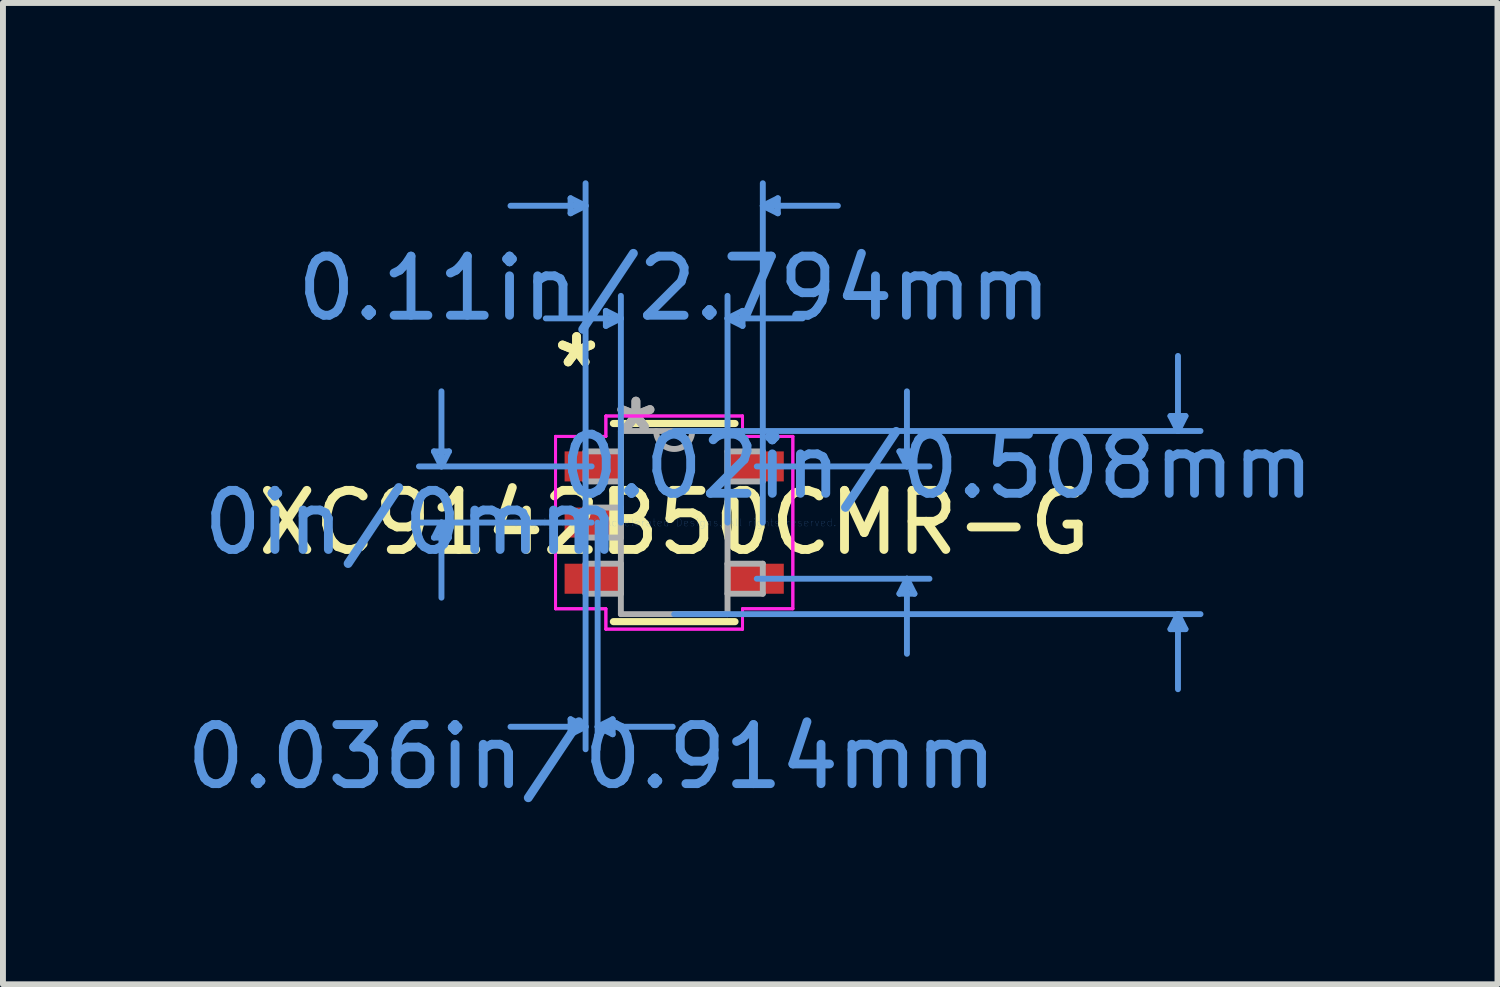
<source format=kicad_pcb>
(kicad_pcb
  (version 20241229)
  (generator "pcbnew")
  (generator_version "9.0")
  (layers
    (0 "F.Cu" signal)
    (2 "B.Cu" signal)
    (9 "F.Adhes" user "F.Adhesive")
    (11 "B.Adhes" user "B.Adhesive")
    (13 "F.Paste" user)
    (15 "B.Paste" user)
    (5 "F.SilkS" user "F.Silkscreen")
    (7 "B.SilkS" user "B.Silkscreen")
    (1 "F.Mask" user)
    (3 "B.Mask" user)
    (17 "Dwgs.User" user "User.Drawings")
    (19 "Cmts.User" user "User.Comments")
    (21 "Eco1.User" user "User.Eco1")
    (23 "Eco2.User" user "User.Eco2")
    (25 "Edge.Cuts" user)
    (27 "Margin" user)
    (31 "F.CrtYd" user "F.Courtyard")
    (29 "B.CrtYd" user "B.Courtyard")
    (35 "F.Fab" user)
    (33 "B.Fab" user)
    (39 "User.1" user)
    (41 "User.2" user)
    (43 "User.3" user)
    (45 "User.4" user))
  (footprint "XC9142B50CMR-G"
    (layer "F.Cu")
    (at 8.355 5.79)
    (property "Reference" "XC9142B50CMR-G" (at 0 0 0) (layer "F.SilkS") (effects (font (size 1 1) (thickness 0.15))))
    (attr through_hole)
    (fp_line (start -1.029 1.676) (end 1.029 1.676) (stroke (width 0.12) (type solid)) (layer "F.SilkS"))
    (fp_line (start 1.029 -1.676) (end -1.029 -1.676) (stroke (width 0.12) (type solid)) (layer "F.SilkS"))
    (fp_line (start 1.029 0.363) (end 1.029 -0.363) (stroke (width 0.12) (type solid)) (layer "F.SilkS"))
    (fp_line (start -4.064 -1.204) (end -3.81 -1.204) (stroke (width 0.1) (type solid)) (layer "Cmts.User"))
    (fp_line (start -4.064 0.254) (end -3.81 0.254) (stroke (width 0.1) (type solid)) (layer "Cmts.User"))
    (fp_line (start -3.937 -0.95) (end -4.064 -1.204) (stroke (width 0.1) (type solid)) (layer "Cmts.User"))
    (fp_line (start -3.937 -0.95) (end -3.937 -2.22) (stroke (width 0.1) (type solid)) (layer "Cmts.User"))
    (fp_line (start -3.937 -0.95) (end -3.81 -1.204) (stroke (width 0.1) (type solid)) (layer "Cmts.User"))
    (fp_line (start -3.937 0) (end -4.064 0.254) (stroke (width 0.1) (type solid)) (layer "Cmts.User"))
    (fp_line (start -3.937 0) (end -3.937 1.27) (stroke (width 0.1) (type solid)) (layer "Cmts.User"))
    (fp_line (start -3.937 0) (end -3.81 0.254) (stroke (width 0.1) (type solid)) (layer "Cmts.User"))
    (fp_line (start -1.753 -5.486) (end -1.753 -5.232) (stroke (width 0.1) (type solid)) (layer "Cmts.User"))
    (fp_line (start -1.753 3.327) (end -1.753 3.581) (stroke (width 0.1) (type solid)) (layer "Cmts.User"))
    (fp_line (start -1.499 -5.359) (end -2.769 -5.359) (stroke (width 0.1) (type solid)) (layer "Cmts.User"))
    (fp_line (start -1.499 -5.359) (end -1.753 -5.486) (stroke (width 0.1) (type solid)) (layer "Cmts.User"))
    (fp_line (start -1.499 -5.359) (end -1.753 -5.232) (stroke (width 0.1) (type solid)) (layer "Cmts.User"))
    (fp_line (start -1.499 0) (end -1.499 -5.74) (stroke (width 0.1) (type solid)) (layer "Cmts.User"))
    (fp_line (start -1.499 0) (end -1.499 3.835) (stroke (width 0.1) (type solid)) (layer "Cmts.User"))
    (fp_line (start -1.499 3.454) (end -2.769 3.454) (stroke (width 0.1) (type solid)) (layer "Cmts.User"))
    (fp_line (start -1.499 3.454) (end -1.753 3.327) (stroke (width 0.1) (type solid)) (layer "Cmts.User"))
    (fp_line (start -1.499 3.454) (end -1.753 3.581) (stroke (width 0.1) (type solid)) (layer "Cmts.User"))
    (fp_line (start -1.397 -0.95) (end -4.318 -0.95) (stroke (width 0.1) (type solid)) (layer "Cmts.User"))
    (fp_line (start -1.397 0) (end -4.318 0) (stroke (width 0.1) (type solid)) (layer "Cmts.User"))
    (fp_line (start -1.295 0) (end -1.295 3.835) (stroke (width 0.1) (type solid)) (layer "Cmts.User"))
    (fp_line (start -1.295 3.454) (end -1.041 3.327) (stroke (width 0.1) (type solid)) (layer "Cmts.User"))
    (fp_line (start -1.295 3.454) (end -1.041 3.581) (stroke (width 0.1) (type solid)) (layer "Cmts.User"))
    (fp_line (start -1.295 3.454) (end -0.025 3.454) (stroke (width 0.1) (type solid)) (layer "Cmts.User"))
    (fp_line (start -1.156 -3.581) (end -1.156 -3.327) (stroke (width 0.1) (type solid)) (layer "Cmts.User"))
    (fp_line (start -1.041 3.327) (end -1.041 3.581) (stroke (width 0.1) (type solid)) (layer "Cmts.User"))
    (fp_line (start -0.902 -3.454) (end -2.172 -3.454) (stroke (width 0.1) (type solid)) (layer "Cmts.User"))
    (fp_line (start -0.902 -3.454) (end -1.156 -3.581) (stroke (width 0.1) (type solid)) (layer "Cmts.User"))
    (fp_line (start -0.902 -3.454) (end -1.156 -3.327) (stroke (width 0.1) (type solid)) (layer "Cmts.User"))
    (fp_line (start -0.902 0) (end -0.902 -3.835) (stroke (width 0.1) (type solid)) (layer "Cmts.User"))
    (fp_line (start 0 -1.549) (end 8.903 -1.549) (stroke (width 0.1) (type solid)) (layer "Cmts.User"))
    (fp_line (start 0 1.549) (end 8.903 1.549) (stroke (width 0.1) (type solid)) (layer "Cmts.User"))
    (fp_line (start 0.902 -3.454) (end 1.156 -3.581) (stroke (width 0.1) (type solid)) (layer "Cmts.User"))
    (fp_line (start 0.902 -3.454) (end 1.156 -3.327) (stroke (width 0.1) (type solid)) (layer "Cmts.User"))
    (fp_line (start 0.902 -3.454) (end 2.172 -3.454) (stroke (width 0.1) (type solid)) (layer "Cmts.User"))
    (fp_line (start 0.902 0) (end 0.902 -3.835) (stroke (width 0.1) (type solid)) (layer "Cmts.User"))
    (fp_line (start 1.156 -3.581) (end 1.156 -3.327) (stroke (width 0.1) (type solid)) (layer "Cmts.User"))
    (fp_line (start 1.397 -0.95) (end 4.318 -0.95) (stroke (width 0.1) (type solid)) (layer "Cmts.User"))
    (fp_line (start 1.397 0.95) (end 4.318 0.95) (stroke (width 0.1) (type solid)) (layer "Cmts.User"))
    (fp_line (start 1.499 -5.359) (end 1.753 -5.486) (stroke (width 0.1) (type solid)) (layer "Cmts.User"))
    (fp_line (start 1.499 -5.359) (end 1.753 -5.232) (stroke (width 0.1) (type solid)) (layer "Cmts.User"))
    (fp_line (start 1.499 -5.359) (end 2.769 -5.359) (stroke (width 0.1) (type solid)) (layer "Cmts.User"))
    (fp_line (start 1.499 0) (end 1.499 -5.74) (stroke (width 0.1) (type solid)) (layer "Cmts.User"))
    (fp_line (start 1.753 -5.486) (end 1.753 -5.232) (stroke (width 0.1) (type solid)) (layer "Cmts.User"))
    (fp_line (start 3.81 -1.204) (end 4.064 -1.204) (stroke (width 0.1) (type solid)) (layer "Cmts.User"))
    (fp_line (start 3.81 1.204) (end 4.064 1.204) (stroke (width 0.1) (type solid)) (layer "Cmts.User"))
    (fp_line (start 3.937 -0.95) (end 3.81 -1.204) (stroke (width 0.1) (type solid)) (layer "Cmts.User"))
    (fp_line (start 3.937 -0.95) (end 3.937 -2.22) (stroke (width 0.1) (type solid)) (layer "Cmts.User"))
    (fp_line (start 3.937 -0.95) (end 4.064 -1.204) (stroke (width 0.1) (type solid)) (layer "Cmts.User"))
    (fp_line (start 3.937 0.95) (end 3.81 1.204) (stroke (width 0.1) (type solid)) (layer "Cmts.User"))
    (fp_line (start 3.937 0.95) (end 3.937 2.22) (stroke (width 0.1) (type solid)) (layer "Cmts.User"))
    (fp_line (start 3.937 0.95) (end 4.064 1.204) (stroke (width 0.1) (type solid)) (layer "Cmts.User"))
    (fp_line (start 8.395 -1.803) (end 8.649 -1.803) (stroke (width 0.1) (type solid)) (layer "Cmts.User"))
    (fp_line (start 8.395 1.803) (end 8.649 1.803) (stroke (width 0.1) (type solid)) (layer "Cmts.User"))
    (fp_line (start 8.522 -1.549) (end 8.395 -1.803) (stroke (width 0.1) (type solid)) (layer "Cmts.User"))
    (fp_line (start 8.522 -1.549) (end 8.522 -2.819) (stroke (width 0.1) (type solid)) (layer "Cmts.User"))
    (fp_line (start 8.522 -1.549) (end 8.649 -1.803) (stroke (width 0.1) (type solid)) (layer "Cmts.User"))
    (fp_line (start 8.522 1.549) (end 8.395 1.803) (stroke (width 0.1) (type solid)) (layer "Cmts.User"))
    (fp_line (start 8.522 1.549) (end 8.522 2.819) (stroke (width 0.1) (type solid)) (layer "Cmts.User"))
    (fp_line (start 8.522 1.549) (end 8.649 1.803) (stroke (width 0.1) (type solid)) (layer "Cmts.User"))
    (fp_line (start -2.007 -1.458) (end -1.156 -1.458) (stroke (width 0.05) (type solid)) (layer "F.CrtYd"))
    (fp_line (start -2.007 -1.458) (end -1.156 -1.458) (stroke (width 0.05) (type solid)) (layer "F.CrtYd"))
    (fp_line (start -2.007 1.458) (end -2.007 -1.458) (stroke (width 0.05) (type solid)) (layer "F.CrtYd"))
    (fp_line (start -2.007 1.458) (end -2.007 -1.458) (stroke (width 0.05) (type solid)) (layer "F.CrtYd"))
    (fp_line (start -1.156 -1.803) (end 1.156 -1.803) (stroke (width 0.05) (type solid)) (layer "F.CrtYd"))
    (fp_line (start -1.156 -1.803) (end 1.156 -1.803) (stroke (width 0.05) (type solid)) (layer "F.CrtYd"))
    (fp_line (start -1.156 -1.458) (end -1.156 -1.803) (stroke (width 0.05) (type solid)) (layer "F.CrtYd"))
    (fp_line (start -1.156 -1.458) (end -1.156 -1.803) (stroke (width 0.05) (type solid)) (layer "F.CrtYd"))
    (fp_line (start -1.156 1.458) (end -2.007 1.458) (stroke (width 0.05) (type solid)) (layer "F.CrtYd"))
    (fp_line (start -1.156 1.458) (end -2.007 1.458) (stroke (width 0.05) (type solid)) (layer "F.CrtYd"))
    (fp_line (start -1.156 1.803) (end -1.156 1.458) (stroke (width 0.05) (type solid)) (layer "F.CrtYd"))
    (fp_line (start -1.156 1.803) (end -1.156 1.458) (stroke (width 0.05) (type solid)) (layer "F.CrtYd"))
    (fp_line (start 1.156 -1.803) (end 1.156 -1.458) (stroke (width 0.05) (type solid)) (layer "F.CrtYd"))
    (fp_line (start 1.156 -1.803) (end 1.156 -1.458) (stroke (width 0.05) (type solid)) (layer "F.CrtYd"))
    (fp_line (start 1.156 -1.458) (end 2.007 -1.458) (stroke (width 0.05) (type solid)) (layer "F.CrtYd"))
    (fp_line (start 1.156 -1.458) (end 2.007 -1.458) (stroke (width 0.05) (type solid)) (layer "F.CrtYd"))
    (fp_line (start 1.156 1.458) (end 1.156 1.803) (stroke (width 0.05) (type solid)) (layer "F.CrtYd"))
    (fp_line (start 1.156 1.458) (end 1.156 1.803) (stroke (width 0.05) (type solid)) (layer "F.CrtYd"))
    (fp_line (start 1.156 1.803) (end -1.156 1.803) (stroke (width 0.05) (type solid)) (layer "F.CrtYd"))
    (fp_line (start 1.156 1.803) (end -1.156 1.803) (stroke (width 0.05) (type solid)) (layer "F.CrtYd"))
    (fp_line (start 2.007 -1.458) (end 2.007 1.458) (stroke (width 0.05) (type solid)) (layer "F.CrtYd"))
    (fp_line (start 2.007 -1.458) (end 2.007 1.458) (stroke (width 0.05) (type solid)) (layer "F.CrtYd"))
    (fp_line (start 2.007 1.458) (end 1.156 1.458) (stroke (width 0.05) (type solid)) (layer "F.CrtYd"))
    (fp_line (start 2.007 1.458) (end 1.156 1.458) (stroke (width 0.05) (type solid)) (layer "F.CrtYd"))
    (fp_line (start -1.499 -1.204) (end -1.499 -0.696) (stroke (width 0.1) (type solid)) (layer "F.Fab"))
    (fp_line (start -1.499 -0.696) (end -0.902 -0.696) (stroke (width 0.1) (type solid)) (layer "F.Fab"))
    (fp_line (start -1.499 -0.254) (end -1.499 0.254) (stroke (width 0.1) (type solid)) (layer "F.Fab"))
    (fp_line (start -1.499 0.254) (end -0.902 0.254) (stroke (width 0.1) (type solid)) (layer "F.Fab"))
    (fp_line (start -1.499 0.696) (end -1.499 1.204) (stroke (width 0.1) (type solid)) (layer "F.Fab"))
    (fp_line (start -1.499 1.204) (end -0.902 1.204) (stroke (width 0.1) (type solid)) (layer "F.Fab"))
    (fp_line (start -0.902 -1.549) (end -0.902 1.549) (stroke (width 0.1) (type solid)) (layer "F.Fab"))
    (fp_line (start -0.902 -1.204) (end -1.499 -1.204) (stroke (width 0.1) (type solid)) (layer "F.Fab"))
    (fp_line (start -0.902 -0.696) (end -0.902 -1.204) (stroke (width 0.1) (type solid)) (layer "F.Fab"))
    (fp_line (start -0.902 -0.254) (end -1.499 -0.254) (stroke (width 0.1) (type solid)) (layer "F.Fab"))
    (fp_line (start -0.902 0.254) (end -0.902 -0.254) (stroke (width 0.1) (type solid)) (layer "F.Fab"))
    (fp_line (start -0.902 0.696) (end -1.499 0.696) (stroke (width 0.1) (type solid)) (layer "F.Fab"))
    (fp_line (start -0.902 1.204) (end -0.902 0.696) (stroke (width 0.1) (type solid)) (layer "F.Fab"))
    (fp_line (start -0.902 1.549) (end 0.902 1.549) (stroke (width 0.1) (type solid)) (layer "F.Fab"))
    (fp_line (start 0.902 -1.549) (end -0.902 -1.549) (stroke (width 0.1) (type solid)) (layer "F.Fab"))
    (fp_line (start 0.902 -1.204) (end 0.902 -0.696) (stroke (width 0.1) (type solid)) (layer "F.Fab"))
    (fp_line (start 0.902 -0.696) (end 1.499 -0.696) (stroke (width 0.1) (type solid)) (layer "F.Fab"))
    (fp_line (start 0.902 0.696) (end 0.902 1.204) (stroke (width 0.1) (type solid)) (layer "F.Fab"))
    (fp_line (start 0.902 1.204) (end 1.499 1.204) (stroke (width 0.1) (type solid)) (layer "F.Fab"))
    (fp_line (start 0.902 1.549) (end 0.902 -1.549) (stroke (width 0.1) (type solid)) (layer "F.Fab"))
    (fp_line (start 1.499 -1.204) (end 0.902 -1.204) (stroke (width 0.1) (type solid)) (layer "F.Fab"))
    (fp_line (start 1.499 -0.696) (end 1.499 -1.204) (stroke (width 0.1) (type solid)) (layer "F.Fab"))
    (fp_line (start 1.499 0.696) (end 0.902 0.696) (stroke (width 0.1) (type solid)) (layer "F.Fab"))
    (fp_line (start 1.499 1.204) (end 1.499 0.696) (stroke (width 0.1) (type solid)) (layer "F.Fab"))
    (fp_arc (start 0.3048 -1.5494) (mid 0 -1.2446) (end -0.3048 -1.5494) (stroke (width 0.1) (type solid)) (layer "F.Fab"))
    (fp_text user "*" (at -1.651 -2.601 0) (layer "F.SilkS") (effects (font (size 1 1) (thickness 0.15))))
    (fp_text user "*" (at -1.651 -2.601 0) (layer "F.SilkS") (effects (font (size 1 1) (thickness 0.15))))
    (fp_text user "0.02in/0.508mm" (at 4.445 -0.95 0) (layer "Cmts.User") (effects (font (size 1 1) (thickness 0.15))))
    (fp_text user "0in/0mm" (at -4.445 0 0) (layer "Cmts.User") (effects (font (size 1 1) (thickness 0.15))))
    (fp_text user "0.11in/2.794mm" (at 0 -3.962 0) (layer "Cmts.User") (effects (font (size 1 1) (thickness 0.15))))
    (fp_text user "0.036in/0.914mm" (at -1.397 3.962 0) (layer "Cmts.User") (effects (font (size 1 1) (thickness 0.15))))
    (fp_text user "Copyright 2021 Accelerated Designs. All rights reserved." (at 0 0 0) (layer "Cmts.User") (effects (font (size 0.127 0.127) (thickness 0.002))))
    (fp_text user "*" (at -0.648 -1.509 0) (layer "F.Fab") (effects (font (size 1 1) (thickness 0.15))))
    (fp_text user "*" (at -0.648 -1.509 0) (layer "F.Fab") (effects (font (size 1 1) (thickness 0.15))))
    (pad "1" smd rect (at -1.397 -0.95) (size 0.914 0.508) (layers "F.Cu" "F.Mask" "F.Paste"))
    (pad "2" smd rect (at -1.397 0) (size 0.914 0.508) (layers "F.Cu" "F.Mask" "F.Paste"))
    (pad "3" smd rect (at -1.397 0.95) (size 0.914 0.508) (layers "F.Cu" "F.Mask" "F.Paste"))
    (pad "4" smd rect (at 1.397 0.95) (size 0.914 0.508) (layers "F.Cu" "F.Mask" "F.Paste"))
    (pad "5" smd rect (at 1.397 -0.95) (size 0.914 0.508) (layers "F.Cu" "F.Mask" "F.Paste")))
  (gr_rect
    (start -3 -3)
    (end 22.282 13.601)
    (stroke (width 0.1) (type default))
    (fill no)
    (layer "Edge.Cuts")))
</source>
